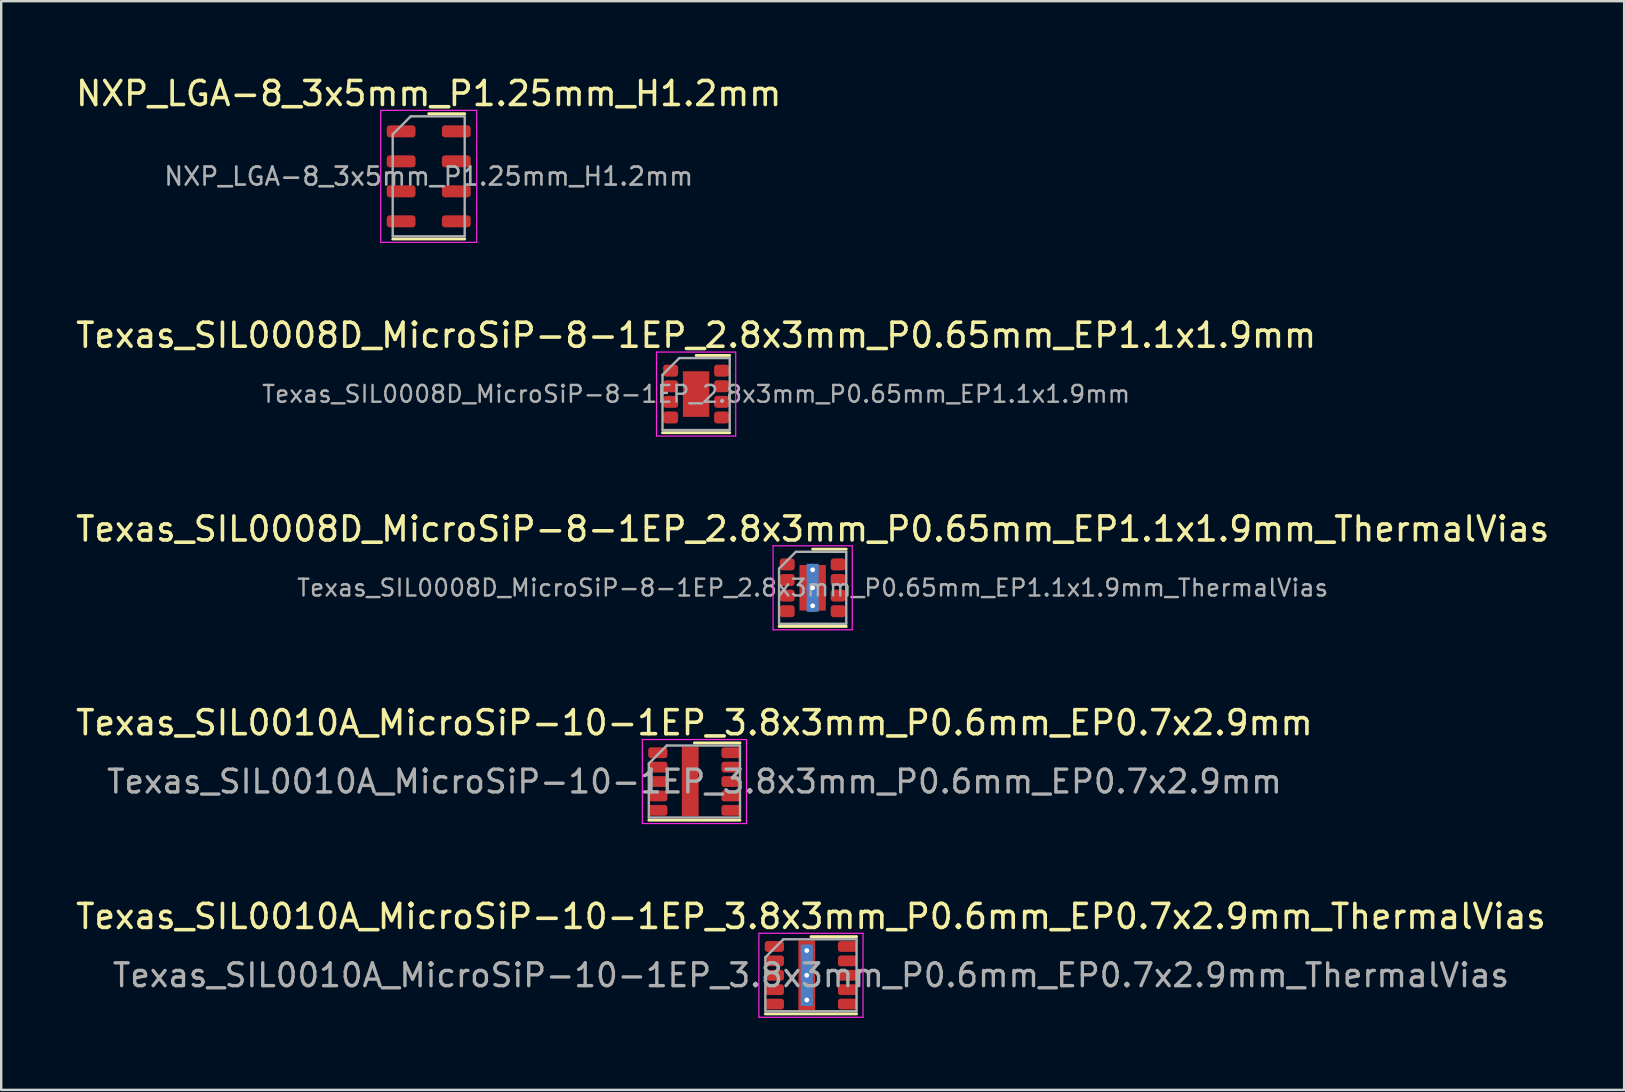
<source format=kicad_pcb>
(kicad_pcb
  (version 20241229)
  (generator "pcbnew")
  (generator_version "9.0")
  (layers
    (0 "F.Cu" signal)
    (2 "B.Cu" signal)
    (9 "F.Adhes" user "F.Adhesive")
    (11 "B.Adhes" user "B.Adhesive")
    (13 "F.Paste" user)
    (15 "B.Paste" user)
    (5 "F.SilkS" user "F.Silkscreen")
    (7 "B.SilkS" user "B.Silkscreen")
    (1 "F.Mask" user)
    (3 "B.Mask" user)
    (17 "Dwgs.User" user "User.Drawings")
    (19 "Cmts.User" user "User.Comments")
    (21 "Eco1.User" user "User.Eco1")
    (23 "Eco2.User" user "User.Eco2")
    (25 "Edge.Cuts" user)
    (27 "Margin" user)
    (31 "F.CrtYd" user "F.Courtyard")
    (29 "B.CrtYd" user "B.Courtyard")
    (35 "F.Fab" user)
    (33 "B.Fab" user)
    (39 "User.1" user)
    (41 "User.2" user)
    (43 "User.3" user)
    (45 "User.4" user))
  (footprint "Texas_SIL0010A_MicroSiP-10-1EP_3.8x3mm_P0.6mm_EP0.7x2.9mm"
    (layer "F.Cu")
    (at 25.887 29.518)
    (property "Reference" "Texas_SIL0010A_MicroSiP-10-1EP_3.8x3mm_P0.6mm_EP0.7x2.9mm" (at 0 -2.45 0) (layer "F.SilkS") (effects (font (size 1 1) (thickness 0.15))))
    (attr smd)
    (fp_line (start -1.9 1.61) (end 1.9 1.61) (stroke (width 0.12) (type solid)) (layer "F.SilkS"))
    (fp_line (start 0 -1.61) (end 1.9 -1.61) (stroke (width 0.12) (type solid)) (layer "F.SilkS"))
    (fp_line (start -2.17 -1.75) (end -2.17 1.75) (stroke (width 0.05) (type solid)) (layer "F.CrtYd"))
    (fp_line (start -2.17 1.75) (end 2.17 1.75) (stroke (width 0.05) (type solid)) (layer "F.CrtYd"))
    (fp_line (start 2.17 -1.75) (end -2.17 -1.75) (stroke (width 0.05) (type solid)) (layer "F.CrtYd"))
    (fp_line (start 2.17 1.75) (end 2.17 -1.75) (stroke (width 0.05) (type solid)) (layer "F.CrtYd"))
    (fp_line (start -1.9 -0.75) (end -1.15 -1.5) (stroke (width 0.1) (type solid)) (layer "F.Fab"))
    (fp_line (start -1.9 1.5) (end -1.9 -0.75) (stroke (width 0.1) (type solid)) (layer "F.Fab"))
    (fp_line (start -1.15 -1.5) (end 1.9 -1.5) (stroke (width 0.1) (type solid)) (layer "F.Fab"))
    (fp_line (start 1.9 -1.5) (end 1.9 1.5) (stroke (width 0.1) (type solid)) (layer "F.Fab"))
    (fp_line (start 1.9 1.5) (end -1.9 1.5) (stroke (width 0.1) (type solid)) (layer "F.Fab"))
    (fp_text user "${REFERENCE}" (at 0 0 0) (layer "F.Fab") (effects (font (size 0.95 0.95) (thickness 0.14))))
    (pad "" smd roundrect (at -0.175 -0.97) (size 0.56 0.78) (layers "F.Paste") (roundrect_rratio 0.25))
    (pad "" smd roundrect (at -0.175 0) (size 0.56 0.78) (layers "F.Paste") (roundrect_rratio 0.25))
    (pad "" smd roundrect (at -0.175 0.97) (size 0.56 0.78) (layers "F.Paste") (roundrect_rratio 0.25))
    (pad "1" smd roundrect (at -1.525 -1.2) (size 0.8 0.45) (layers "F.Cu" "F.Mask" "F.Paste") (roundrect_rratio 0.25))
    (pad "2" smd roundrect (at -1.525 -0.6) (size 0.8 0.45) (layers "F.Cu" "F.Mask" "F.Paste") (roundrect_rratio 0.25))
    (pad "3" smd roundrect (at -1.525 0) (size 0.8 0.45) (layers "F.Cu" "F.Mask" "F.Paste") (roundrect_rratio 0.25))
    (pad "4" smd roundrect (at -1.525 0.6) (size 0.8 0.45) (layers "F.Cu" "F.Mask" "F.Paste") (roundrect_rratio 0.25))
    (pad "5" smd roundrect (at -1.525 1.2) (size 0.8 0.45) (layers "F.Cu" "F.Mask" "F.Paste") (roundrect_rratio 0.25))
    (pad "6" smd roundrect (at 1.525 1.2) (size 0.8 0.45) (layers "F.Cu" "F.Mask" "F.Paste") (roundrect_rratio 0.25))
    (pad "7" smd roundrect (at 1.525 0.6) (size 0.8 0.45) (layers "F.Cu" "F.Mask" "F.Paste") (roundrect_rratio 0.25))
    (pad "8" smd roundrect (at 1.525 0) (size 0.8 0.45) (layers "F.Cu" "F.Mask" "F.Paste") (roundrect_rratio 0.25))
    (pad "9" smd roundrect (at 1.525 -0.6) (size 0.8 0.45) (layers "F.Cu" "F.Mask" "F.Paste") (roundrect_rratio 0.25))
    (pad "10" smd roundrect (at 1.525 -1.2) (size 0.8 0.45) (layers "F.Cu" "F.Mask" "F.Paste") (roundrect_rratio 0.25))
    (pad "11" smd rect (at -0.175 0) (size 0.7 2.9) (layers "F.Cu" "F.Mask")))
  (footprint "NXP_LGA-8_3x5mm_P1.25mm_H1.2mm"
    (layer "F.Cu")
    (at 14.815 4.298)
    (property "Reference" "NXP_LGA-8_3x5mm_P1.25mm_H1.2mm" (at 0 -3.45 0) (layer "F.SilkS") (effects (font (size 1 1) (thickness 0.15))))
    (attr smd)
    (fp_line (start -1.5 2.61) (end 1.5 2.61) (stroke (width 0.12) (type solid)) (layer "F.SilkS"))
    (fp_line (start 0 -2.61) (end 1.5 -2.61) (stroke (width 0.12) (type solid)) (layer "F.SilkS"))
    (fp_line (start -2 -2.75) (end -2 2.75) (stroke (width 0.05) (type solid)) (layer "F.CrtYd"))
    (fp_line (start -2 2.75) (end 2 2.75) (stroke (width 0.05) (type solid)) (layer "F.CrtYd"))
    (fp_line (start 2 -2.75) (end -2 -2.75) (stroke (width 0.05) (type solid)) (layer "F.CrtYd"))
    (fp_line (start 2 2.75) (end 2 -2.75) (stroke (width 0.05) (type solid)) (layer "F.CrtYd"))
    (fp_line (start -1.5 -1.75) (end -0.75 -2.5) (stroke (width 0.1) (type solid)) (layer "F.Fab"))
    (fp_line (start -1.5 2.5) (end -1.5 -1.75) (stroke (width 0.1) (type solid)) (layer "F.Fab"))
    (fp_line (start -0.75 -2.5) (end 1.5 -2.5) (stroke (width 0.1) (type solid)) (layer "F.Fab"))
    (fp_line (start 1.5 -2.5) (end 1.5 2.5) (stroke (width 0.1) (type solid)) (layer "F.Fab"))
    (fp_line (start 1.5 2.5) (end -1.5 2.5) (stroke (width 0.1) (type solid)) (layer "F.Fab"))
    (fp_text user "${REFERENCE}" (at 0 0 0) (layer "F.Fab") (effects (font (size 0.75 0.75) (thickness 0.11))))
    (pad "1" smd roundrect (at -1.15 -1.875) (size 1.2 0.5) (layers "F.Cu" "F.Mask" "F.Paste") (roundrect_rratio 0.25))
    (pad "2" smd roundrect (at -1.15 -0.625) (size 1.2 0.5) (layers "F.Cu" "F.Mask" "F.Paste") (roundrect_rratio 0.25))
    (pad "3" smd roundrect (at -1.15 0.625) (size 1.2 0.5) (layers "F.Cu" "F.Mask" "F.Paste") (roundrect_rratio 0.25))
    (pad "4" smd roundrect (at -1.15 1.875) (size 1.2 0.5) (layers "F.Cu" "F.Mask" "F.Paste") (roundrect_rratio 0.25))
    (pad "5" smd roundrect (at 1.15 1.875) (size 1.2 0.5) (layers "F.Cu" "F.Mask" "F.Paste") (roundrect_rratio 0.25))
    (pad "6" smd roundrect (at 1.15 0.625) (size 1.2 0.5) (layers "F.Cu" "F.Mask" "F.Paste") (roundrect_rratio 0.25))
    (pad "7" smd roundrect (at 1.15 -0.625) (size 1.2 0.5) (layers "F.Cu" "F.Mask" "F.Paste") (roundrect_rratio 0.25))
    (pad "8" smd roundrect (at 1.15 -1.875) (size 1.2 0.5) (layers "F.Cu" "F.Mask" "F.Paste") (roundrect_rratio 0.25)))
  (footprint "Texas_SIL0010A_MicroSiP-10-1EP_3.8x3mm_P0.6mm_EP0.7x2.9mm_ThermalVias"
    (layer "F.Cu")
    (at 30.744 37.591)
    (property "Reference" "Texas_SIL0010A_MicroSiP-10-1EP_3.8x3mm_P0.6mm_EP0.7x2.9mm_ThermalVias" (at 0 -2.45 0) (layer "F.SilkS") (effects (font (size 1 1) (thickness 0.15))))
    (attr smd)
    (fp_line (start -1.9 1.61) (end 1.9 1.61) (stroke (width 0.12) (type solid)) (layer "F.SilkS"))
    (fp_line (start 0 -1.61) (end 1.9 -1.61) (stroke (width 0.12) (type solid)) (layer "F.SilkS"))
    (fp_line (start -2.17 -1.75) (end -2.17 1.75) (stroke (width 0.05) (type solid)) (layer "F.CrtYd"))
    (fp_line (start -2.17 1.75) (end 2.17 1.75) (stroke (width 0.05) (type solid)) (layer "F.CrtYd"))
    (fp_line (start 2.17 -1.75) (end -2.17 -1.75) (stroke (width 0.05) (type solid)) (layer "F.CrtYd"))
    (fp_line (start 2.17 1.75) (end 2.17 -1.75) (stroke (width 0.05) (type solid)) (layer "F.CrtYd"))
    (fp_line (start -1.9 -0.75) (end -1.15 -1.5) (stroke (width 0.1) (type solid)) (layer "F.Fab"))
    (fp_line (start -1.9 1.5) (end -1.9 -0.75) (stroke (width 0.1) (type solid)) (layer "F.Fab"))
    (fp_line (start -1.15 -1.5) (end 1.9 -1.5) (stroke (width 0.1) (type solid)) (layer "F.Fab"))
    (fp_line (start 1.9 -1.5) (end 1.9 1.5) (stroke (width 0.1) (type solid)) (layer "F.Fab"))
    (fp_line (start 1.9 1.5) (end -1.9 1.5) (stroke (width 0.1) (type solid)) (layer "F.Fab"))
    (fp_text user "${REFERENCE}" (at 0 0 0) (layer "F.Fab") (effects (font (size 0.95 0.95) (thickness 0.14))))
    (pad "" smd roundrect (at -0.175 -0.97) (size 0.65 0.9) (layers "F.Paste") (roundrect_rratio 0.25))
    (pad "" smd roundrect (at -0.175 0) (size 0.65 0.9) (layers "F.Paste") (roundrect_rratio 0.25))
    (pad "" smd roundrect (at -0.175 0.97) (size 0.65 0.9) (layers "F.Paste") (roundrect_rratio 0.25))
    (pad "1" smd roundrect (at -1.525 -1.2) (size 0.8 0.45) (layers "F.Cu" "F.Mask" "F.Paste") (roundrect_rratio 0.25))
    (pad "2" smd roundrect (at -1.525 -0.6) (size 0.8 0.45) (layers "F.Cu" "F.Mask" "F.Paste") (roundrect_rratio 0.25))
    (pad "3" smd roundrect (at -1.525 0) (size 0.8 0.45) (layers "F.Cu" "F.Mask" "F.Paste") (roundrect_rratio 0.25))
    (pad "4" smd roundrect (at -1.525 0.6) (size 0.8 0.45) (layers "F.Cu" "F.Mask" "F.Paste") (roundrect_rratio 0.25))
    (pad "5" smd roundrect (at -1.525 1.2) (size 0.8 0.45) (layers "F.Cu" "F.Mask" "F.Paste") (roundrect_rratio 0.25))
    (pad "6" smd roundrect (at 1.525 1.2) (size 0.8 0.45) (layers "F.Cu" "F.Mask" "F.Paste") (roundrect_rratio 0.25))
    (pad "7" smd roundrect (at 1.525 0.6) (size 0.8 0.45) (layers "F.Cu" "F.Mask" "F.Paste") (roundrect_rratio 0.25))
    (pad "8" smd roundrect (at 1.525 0) (size 0.8 0.45) (layers "F.Cu" "F.Mask" "F.Paste") (roundrect_rratio 0.25))
    (pad "9" smd roundrect (at 1.525 -0.6) (size 0.8 0.45) (layers "F.Cu" "F.Mask" "F.Paste") (roundrect_rratio 0.25))
    (pad "10" smd roundrect (at 1.525 -1.2) (size 0.8 0.45) (layers "F.Cu" "F.Mask" "F.Paste") (roundrect_rratio 0.25))
    (pad "11" thru_hole circle (at -0.175 -1.03) (size 0.5 0.5) (drill 0.2) (layers "*.Cu"))
    (pad "11" thru_hole circle (at -0.175 0) (size 0.5 0.5) (drill 0.2) (layers "*.Cu"))
    (pad "11" smd rect (at -0.175 0) (size 0.5 2.56) (layers "B.Cu"))
    (pad "11" smd rect (at -0.175 0) (size 0.7 2.9) (layers "F.Cu" "F.Mask"))
    (pad "11" thru_hole circle (at -0.175 1.03) (size 0.5 0.5) (drill 0.2) (layers "*.Cu")))
  (footprint "Texas_SIL0008D_MicroSiP-8-1EP_2.8x3mm_P0.65mm_EP1.1x1.9mm_ThermalVias"
    (layer "F.Cu")
    (at 30.815 21.445)
    (property "Reference" "Texas_SIL0008D_MicroSiP-8-1EP_2.8x3mm_P0.65mm_EP1.1x1.9mm_ThermalVias" (at 0 -2.45 0) (layer "F.SilkS") (effects (font (size 1 1) (thickness 0.15))))
    (attr smd)
    (fp_line (start -1.4 1.61) (end 1.4 1.61) (stroke (width 0.12) (type solid)) (layer "F.SilkS"))
    (fp_line (start 0 -1.61) (end 1.4 -1.61) (stroke (width 0.12) (type solid)) (layer "F.SilkS"))
    (fp_line (start -1.65 -1.75) (end -1.65 1.75) (stroke (width 0.05) (type solid)) (layer "F.CrtYd"))
    (fp_line (start -1.65 1.75) (end 1.65 1.75) (stroke (width 0.05) (type solid)) (layer "F.CrtYd"))
    (fp_line (start 1.65 -1.75) (end -1.65 -1.75) (stroke (width 0.05) (type solid)) (layer "F.CrtYd"))
    (fp_line (start 1.65 1.75) (end 1.65 -1.75) (stroke (width 0.05) (type solid)) (layer "F.CrtYd"))
    (fp_line (start -1.4 -0.8) (end -0.7 -1.5) (stroke (width 0.1) (type solid)) (layer "F.Fab"))
    (fp_line (start -1.4 1.5) (end -1.4 -0.8) (stroke (width 0.1) (type solid)) (layer "F.Fab"))
    (fp_line (start -0.7 -1.5) (end 1.4 -1.5) (stroke (width 0.1) (type solid)) (layer "F.Fab"))
    (fp_line (start 1.4 -1.5) (end 1.4 1.5) (stroke (width 0.1) (type solid)) (layer "F.Fab"))
    (fp_line (start 1.4 1.5) (end -1.4 1.5) (stroke (width 0.1) (type solid)) (layer "F.Fab"))
    (fp_text user "${REFERENCE}" (at 0 0 0) (layer "F.Fab") (effects (font (size 0.7 0.7) (thickness 0.1))))
    (pad "" smd roundrect (at 0 -0.63) (size 0.95 0.55) (layers "F.Paste") (roundrect_rratio 0.25))
    (pad "" smd roundrect (at 0 0) (size 0.95 0.55) (layers "F.Paste") (roundrect_rratio 0.25))
    (pad "" smd roundrect (at 0 0.63) (size 0.95 0.55) (layers "F.Paste") (roundrect_rratio 0.25))
    (pad "1" smd roundrect (at -1.062 -0.975) (size 0.625 0.5) (layers "F.Cu" "F.Mask" "F.Paste") (roundrect_rratio 0.25))
    (pad "2" smd roundrect (at -1.062 -0.325) (size 0.625 0.5) (layers "F.Cu" "F.Mask" "F.Paste") (roundrect_rratio 0.25))
    (pad "3" smd roundrect (at -1.062 0.325) (size 0.625 0.5) (layers "F.Cu" "F.Mask" "F.Paste") (roundrect_rratio 0.25))
    (pad "4" smd roundrect (at -1.062 0.975) (size 0.625 0.5) (layers "F.Cu" "F.Mask" "F.Paste") (roundrect_rratio 0.25))
    (pad "5" smd roundrect (at 1.062 0.975) (size 0.625 0.5) (layers "F.Cu" "F.Mask" "F.Paste") (roundrect_rratio 0.25))
    (pad "6" smd roundrect (at 1.062 0.325) (size 0.625 0.5) (layers "F.Cu" "F.Mask" "F.Paste") (roundrect_rratio 0.25))
    (pad "7" smd roundrect (at 1.062 -0.325) (size 0.625 0.5) (layers "F.Cu" "F.Mask" "F.Paste") (roundrect_rratio 0.25))
    (pad "8" smd roundrect (at 1.062 -0.975) (size 0.625 0.5) (layers "F.Cu" "F.Mask" "F.Paste") (roundrect_rratio 0.25))
    (pad "9" thru_hole circle (at 0 -0.75) (size 0.5 0.5) (drill 0.2) (layers "*.Cu"))
    (pad "9" thru_hole circle (at 0 0) (size 0.5 0.5) (drill 0.2) (layers "*.Cu"))
    (pad "9" smd rect (at 0 0) (size 0.5 2) (layers "B.Cu"))
    (pad "9" smd rect (at 0 0) (size 1.1 1.9) (layers "F.Cu" "F.Mask"))
    (pad "9" thru_hole circle (at 0 0.75) (size 0.5 0.5) (drill 0.2) (layers "*.Cu")))
  (footprint "Texas_SIL0008D_MicroSiP-8-1EP_2.8x3mm_P0.65mm_EP1.1x1.9mm"
    (layer "F.Cu")
    (at 25.958 13.371)
    (property "Reference" "Texas_SIL0008D_MicroSiP-8-1EP_2.8x3mm_P0.65mm_EP1.1x1.9mm" (at 0 -2.45 0) (layer "F.SilkS") (effects (font (size 1 1) (thickness 0.15))))
    (attr smd)
    (fp_line (start -1.4 1.61) (end 1.4 1.61) (stroke (width 0.12) (type solid)) (layer "F.SilkS"))
    (fp_line (start 0 -1.61) (end 1.4 -1.61) (stroke (width 0.12) (type solid)) (layer "F.SilkS"))
    (fp_line (start -1.65 -1.75) (end -1.65 1.75) (stroke (width 0.05) (type solid)) (layer "F.CrtYd"))
    (fp_line (start -1.65 1.75) (end 1.65 1.75) (stroke (width 0.05) (type solid)) (layer "F.CrtYd"))
    (fp_line (start 1.65 -1.75) (end -1.65 -1.75) (stroke (width 0.05) (type solid)) (layer "F.CrtYd"))
    (fp_line (start 1.65 1.75) (end 1.65 -1.75) (stroke (width 0.05) (type solid)) (layer "F.CrtYd"))
    (fp_line (start -1.4 -0.8) (end -0.7 -1.5) (stroke (width 0.1) (type solid)) (layer "F.Fab"))
    (fp_line (start -1.4 1.5) (end -1.4 -0.8) (stroke (width 0.1) (type solid)) (layer "F.Fab"))
    (fp_line (start -0.7 -1.5) (end 1.4 -1.5) (stroke (width 0.1) (type solid)) (layer "F.Fab"))
    (fp_line (start 1.4 -1.5) (end 1.4 1.5) (stroke (width 0.1) (type solid)) (layer "F.Fab"))
    (fp_line (start 1.4 1.5) (end -1.4 1.5) (stroke (width 0.1) (type solid)) (layer "F.Fab"))
    (fp_text user "${REFERENCE}" (at 0 0 0) (layer "F.Fab") (effects (font (size 0.7 0.7) (thickness 0.1))))
    (pad "" smd roundrect (at 0 -0.63) (size 0.89 0.51) (layers "F.Paste") (roundrect_rratio 0.25))
    (pad "" smd roundrect (at 0 0) (size 0.89 0.51) (layers "F.Paste") (roundrect_rratio 0.25))
    (pad "" smd roundrect (at 0 0.63) (size 0.89 0.51) (layers "F.Paste") (roundrect_rratio 0.25))
    (pad "1" smd roundrect (at -1.062 -0.975) (size 0.625 0.5) (layers "F.Cu" "F.Mask" "F.Paste") (roundrect_rratio 0.25))
    (pad "2" smd roundrect (at -1.062 -0.325) (size 0.625 0.5) (layers "F.Cu" "F.Mask" "F.Paste") (roundrect_rratio 0.25))
    (pad "3" smd roundrect (at -1.062 0.325) (size 0.625 0.5) (layers "F.Cu" "F.Mask" "F.Paste") (roundrect_rratio 0.25))
    (pad "4" smd roundrect (at -1.062 0.975) (size 0.625 0.5) (layers "F.Cu" "F.Mask" "F.Paste") (roundrect_rratio 0.25))
    (pad "5" smd roundrect (at 1.062 0.975) (size 0.625 0.5) (layers "F.Cu" "F.Mask" "F.Paste") (roundrect_rratio 0.25))
    (pad "6" smd roundrect (at 1.062 0.325) (size 0.625 0.5) (layers "F.Cu" "F.Mask" "F.Paste") (roundrect_rratio 0.25))
    (pad "7" smd roundrect (at 1.062 -0.325) (size 0.625 0.5) (layers "F.Cu" "F.Mask" "F.Paste") (roundrect_rratio 0.25))
    (pad "8" smd roundrect (at 1.062 -0.975) (size 0.625 0.5) (layers "F.Cu" "F.Mask" "F.Paste") (roundrect_rratio 0.25))
    (pad "9" smd rect (at 0 0) (size 1.1 1.9) (layers "F.Cu" "F.Mask")))
  (gr_rect
    (start -3 -3)
    (end 64.631 42.366)
    (stroke (width 0.1) (type default))
    (fill no)
    (layer "Edge.Cuts")))
</source>
